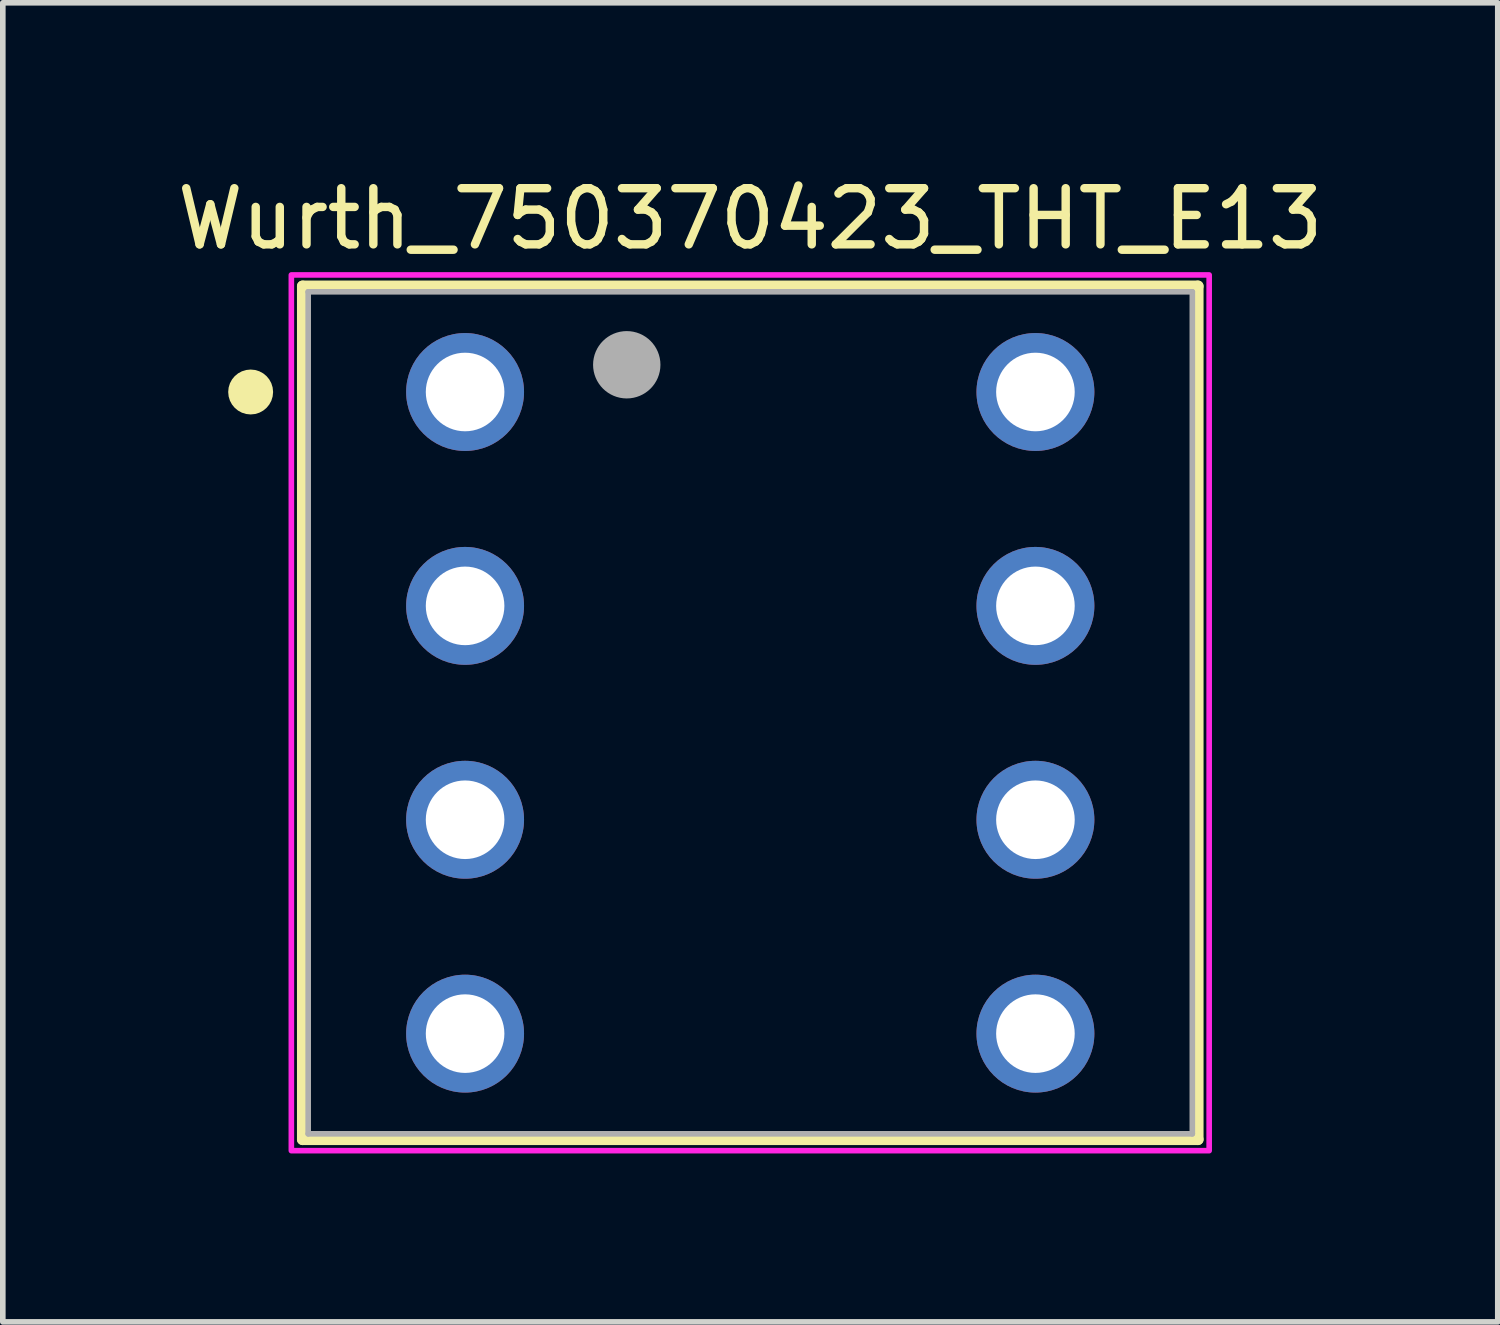
<source format=kicad_pcb>
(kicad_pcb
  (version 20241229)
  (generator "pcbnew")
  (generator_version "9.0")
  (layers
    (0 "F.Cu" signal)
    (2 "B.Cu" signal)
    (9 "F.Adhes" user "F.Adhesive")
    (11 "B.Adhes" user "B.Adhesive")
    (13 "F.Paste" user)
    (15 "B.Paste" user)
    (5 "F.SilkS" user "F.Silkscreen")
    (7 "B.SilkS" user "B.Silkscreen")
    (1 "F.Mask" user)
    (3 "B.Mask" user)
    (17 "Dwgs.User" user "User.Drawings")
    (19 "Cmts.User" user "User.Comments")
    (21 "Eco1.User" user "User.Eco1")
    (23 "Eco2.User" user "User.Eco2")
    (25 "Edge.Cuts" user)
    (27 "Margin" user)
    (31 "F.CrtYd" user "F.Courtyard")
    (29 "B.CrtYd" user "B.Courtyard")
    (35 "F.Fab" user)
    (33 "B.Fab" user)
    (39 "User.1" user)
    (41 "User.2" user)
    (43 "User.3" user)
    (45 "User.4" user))
  (footprint "Wurth_750370423_THT_E13"
    (layer "F.Cu")
    (at 10.315 9.648)
    (property "Reference" "Wurth_750370423_THT_E13" (at 0 -8.8 0) (layer "F.SilkS") (effects (font (size 1 1) (thickness 0.15))))
    (attr through_hole)
    (fp_line (start -7.975 -7.6) (end -7.975 7.6) (stroke (width 0.2) (type solid)) (layer "F.SilkS"))
    (fp_line (start -7.975 -7.6) (end 7.975 -7.6) (stroke (width 0.2) (type solid)) (layer "F.SilkS"))
    (fp_line (start -7.975 7.6) (end 7.975 7.6) (stroke (width 0.2) (type solid)) (layer "F.SilkS"))
    (fp_line (start 7.975 -7.6) (end 7.975 7.6) (stroke (width 0.2) (type solid)) (layer "F.SilkS"))
    (fp_circle (center -8.9 -5.715) (end -8.7 -5.715) (stroke (width 0.4) (type solid)) (fill no) (layer "F.SilkS"))
    (fp_poly (pts (xy -8.175 -7.8) (xy -8.175 7.8) (xy 8.175 7.8) (xy 8.175 -7.8)) (stroke (width 0.1) (type solid)) (fill no) (layer "F.CrtYd"))
    (fp_line (start -7.875 -7.5) (end -7.875 7.5) (stroke (width 0.1) (type solid)) (layer "F.Fab"))
    (fp_line (start -7.875 -7.5) (end 7.875 -7.5) (stroke (width 0.1) (type solid)) (layer "F.Fab"))
    (fp_line (start -7.875 7.5) (end 7.875 7.5) (stroke (width 0.1) (type solid)) (layer "F.Fab"))
    (fp_line (start 7.875 -7.5) (end 7.875 7.5) (stroke (width 0.1) (type solid)) (layer "F.Fab"))
    (fp_circle (center -2.2 -6.2) (end -1.9 -6.2) (stroke (width 0.6) (type solid)) (fill no) (layer "F.Fab"))
    (pad "1" thru_hole circle (at -5.08 -5.715) (size 2.1 2.1) (drill 1.4) (layers "*.Cu" "*.Mask"))
    (pad "2" thru_hole circle (at -5.08 -1.905) (size 2.1 2.1) (drill 1.4) (layers "*.Cu" "*.Mask"))
    (pad "3" thru_hole circle (at -5.08 1.905) (size 2.1 2.1) (drill 1.4) (layers "*.Cu" "*.Mask"))
    (pad "4" thru_hole circle (at -5.08 5.715) (size 2.1 2.1) (drill 1.4) (layers "*.Cu" "*.Mask"))
    (pad "5" thru_hole circle (at 5.08 5.715) (size 2.1 2.1) (drill 1.4) (layers "*.Cu" "*.Mask"))
    (pad "6" thru_hole circle (at 5.08 1.905) (size 2.1 2.1) (drill 1.4) (layers "*.Cu" "*.Mask"))
    (pad "7" thru_hole circle (at 5.08 -1.905) (size 2.1 2.1) (drill 1.4) (layers "*.Cu" "*.Mask"))
    (pad "8" thru_hole circle (at 5.08 -5.715) (size 2.1 2.1) (drill 1.4) (layers "*.Cu" "*.Mask")))
  (gr_rect
    (start -3 -3)
    (end 23.631 20.498)
    (stroke (width 0.1) (type default))
    (fill no)
    (layer "Edge.Cuts")))
</source>
